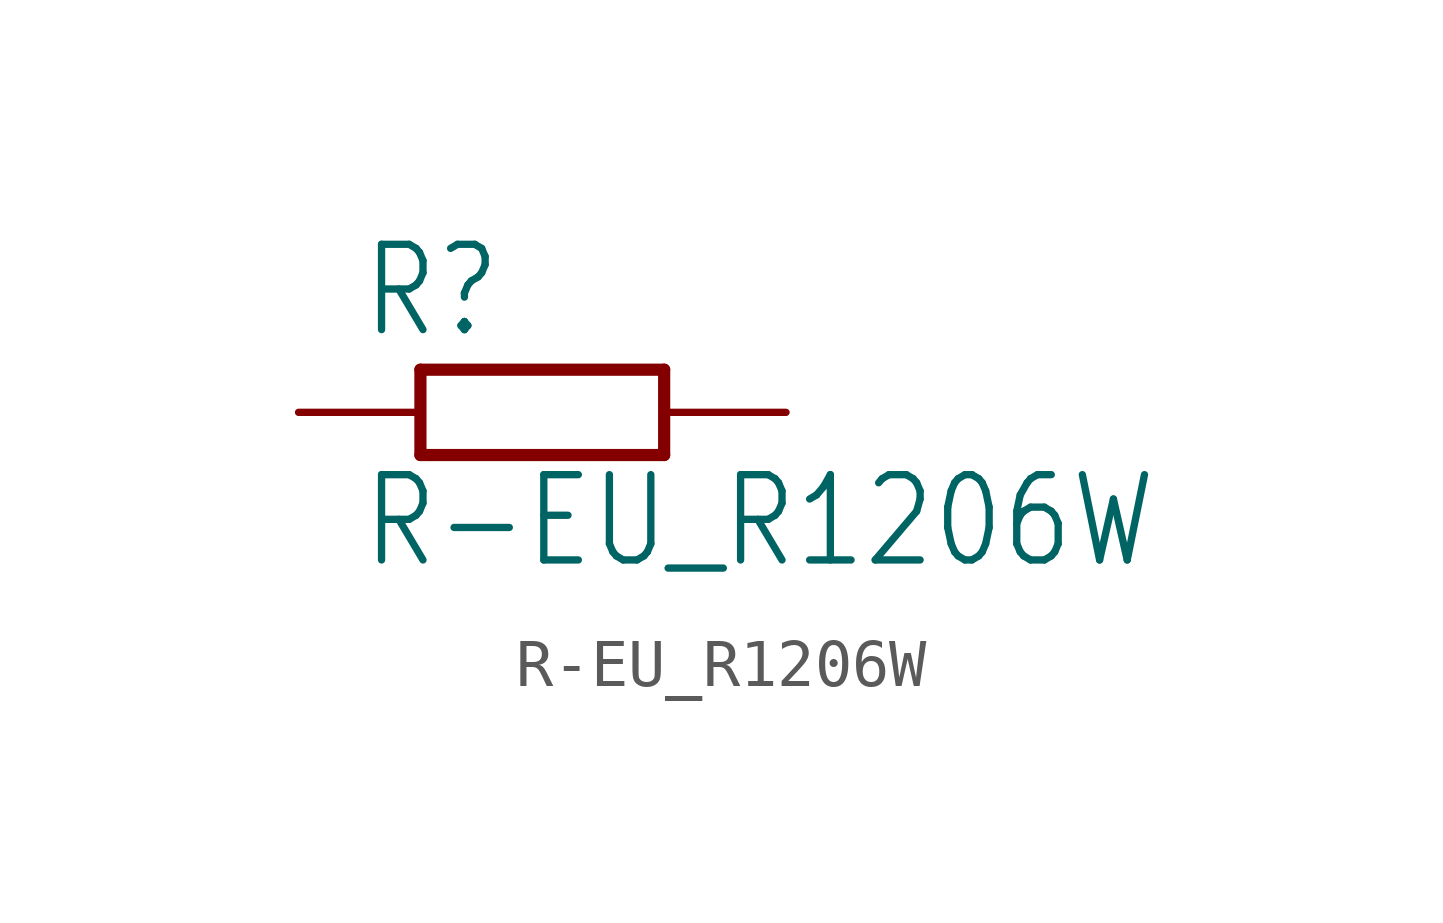
<source format=kicad_sym>
(kicad_symbol_lib
  (version 20211014)
  (generator kicad_symbol_editor)
  (symbol "R-EU_R1206W"
    (property "Reference" "R"
      (at -3.81 1.499 0)
      (effects (font (size 1.778 1.511)) (justify left bottom)))
    (property "Value" "R-EU_R1206W"
      (at -3.81 -3.302 0)
      (effects (font (size 1.778 1.511)) (justify left bottom)))
    (property "ki_locked" ""
      (at 0 0 0)
      (effects (font (size 1.27 1.27))))
    (symbol "R-EU_R1206W_1_0"
      (polyline (pts (xy -2.54 -0.889) (xy -2.54 0.889)) (stroke (width 0.254) (type default) (color 0 0 0 0)) (fill (type none)))
      (polyline (pts (xy -2.54 -0.889) (xy 2.54 -0.889)) (stroke (width 0.254) (type default) (color 0 0 0 0)) (fill (type none)))
      (polyline (pts (xy 2.54 -0.889) (xy 2.54 0.889)) (stroke (width 0.254) (type default) (color 0 0 0 0)) (fill (type none)))
      (polyline (pts (xy 2.54 0.889) (xy -2.54 0.889)) (stroke (width 0.254) (type default) (color 0 0 0 0)) (fill (type none)))
      (pin passive line (at -5.08 0 0) (length 2.54) (name "1" (effects (font (size 0 0)))) (number "1" (effects (font (size 0 0)))))
      (pin passive line (at 5.08 0 180) (length 2.54) (name "2" (effects (font (size 0 0)))) (number "2" (effects (font (size 0 0))))))))
</source>
